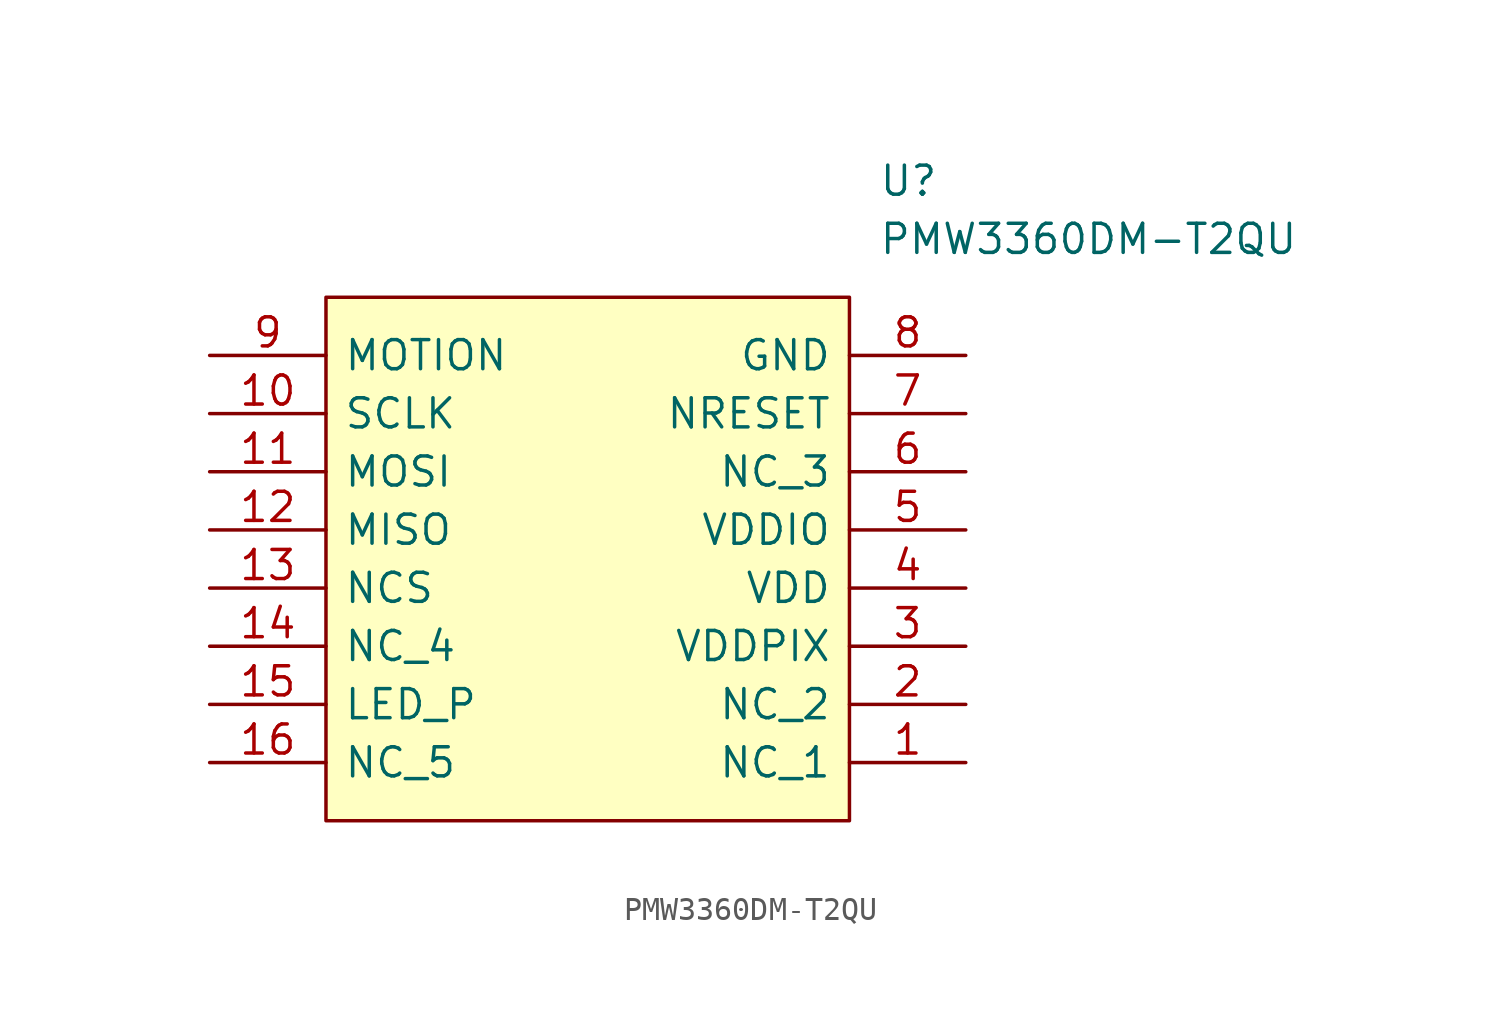
<source format=kicad_sym>
(kicad_symbol_lib
  (version 20211014)
  (generator kicad_symbol_editor)
  (symbol "PMW3360DM-T2QU"
    (pin_names
      (offset 0.762))
    (property "Reference" "U"
      (at 29.21 7.62 0)
      (effects (font (size 1.27 1.27)) (justify left)))
    (property "Value" "PMW3360DM-T2QU"
      (at 29.21 5.08 0)
      (effects (font (size 1.27 1.27)) (justify left)))
    (symbol "PMW3360DM-T2QU_0_0"
      (pin passive line (at 33.02 -17.78 180) (length 5.08) (name "NC_1" (effects (font (size 1.27 1.27)))) (number "1" (effects (font (size 1.27 1.27)))))
      (pin passive line (at 0 -2.54 0) (length 5.08) (name "SCLK" (effects (font (size 1.27 1.27)))) (number "10" (effects (font (size 1.27 1.27)))))
      (pin passive line (at 0 -5.08 0) (length 5.08) (name "MOSI" (effects (font (size 1.27 1.27)))) (number "11" (effects (font (size 1.27 1.27)))))
      (pin passive line (at 0 -7.62 0) (length 5.08) (name "MISO" (effects (font (size 1.27 1.27)))) (number "12" (effects (font (size 1.27 1.27)))))
      (pin passive line (at 0 -10.16 0) (length 5.08) (name "NCS" (effects (font (size 1.27 1.27)))) (number "13" (effects (font (size 1.27 1.27)))))
      (pin passive line (at 0 -12.7 0) (length 5.08) (name "NC_4" (effects (font (size 1.27 1.27)))) (number "14" (effects (font (size 1.27 1.27)))))
      (pin passive line (at 0 -15.24 0) (length 5.08) (name "LED_P" (effects (font (size 1.27 1.27)))) (number "15" (effects (font (size 1.27 1.27)))))
      (pin passive line (at 0 -17.78 0) (length 5.08) (name "NC_5" (effects (font (size 1.27 1.27)))) (number "16" (effects (font (size 1.27 1.27)))))
      (pin passive line (at 33.02 -15.24 180) (length 5.08) (name "NC_2" (effects (font (size 1.27 1.27)))) (number "2" (effects (font (size 1.27 1.27)))))
      (pin passive line (at 33.02 -12.7 180) (length 5.08) (name "VDDPIX" (effects (font (size 1.27 1.27)))) (number "3" (effects (font (size 1.27 1.27)))))
      (pin passive line (at 33.02 -10.16 180) (length 5.08) (name "VDD" (effects (font (size 1.27 1.27)))) (number "4" (effects (font (size 1.27 1.27)))))
      (pin passive line (at 33.02 -7.62 180) (length 5.08) (name "VDDIO" (effects (font (size 1.27 1.27)))) (number "5" (effects (font (size 1.27 1.27)))))
      (pin passive line (at 33.02 -5.08 180) (length 5.08) (name "NC_3" (effects (font (size 1.27 1.27)))) (number "6" (effects (font (size 1.27 1.27)))))
      (pin passive line (at 33.02 -2.54 180) (length 5.08) (name "NRESET" (effects (font (size 1.27 1.27)))) (number "7" (effects (font (size 1.27 1.27)))))
      (pin passive line (at 33.02 0 180) (length 5.08) (name "GND" (effects (font (size 1.27 1.27)))) (number "8" (effects (font (size 1.27 1.27)))))
      (pin passive line (at 0 0 0) (length 5.08) (name "MOTION" (effects (font (size 1.27 1.27)))) (number "9" (effects (font (size 1.27 1.27))))))
    (symbol "PMW3360DM-T2QU_0_1"
      (polyline (pts (xy 5.08 2.54) (xy 27.94 2.54) (xy 27.94 -20.32) (xy 5.08 -20.32) (xy 5.08 2.54)) (stroke (width 0.152) (type default) (color 0 0 0 0)) (fill (type background))))))
</source>
